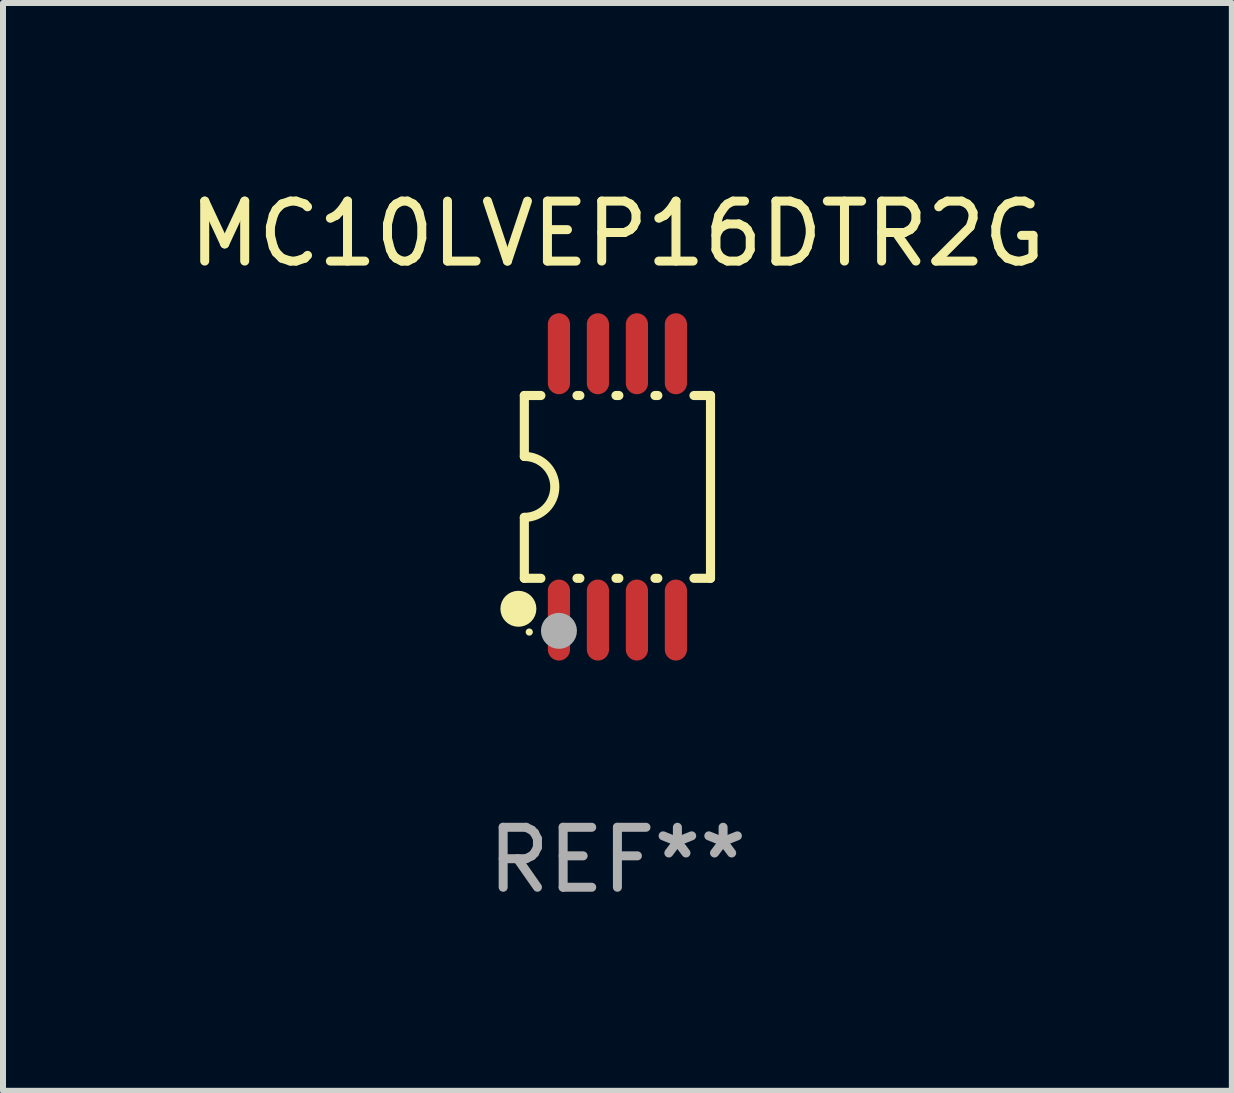
<source format=kicad_pcb>
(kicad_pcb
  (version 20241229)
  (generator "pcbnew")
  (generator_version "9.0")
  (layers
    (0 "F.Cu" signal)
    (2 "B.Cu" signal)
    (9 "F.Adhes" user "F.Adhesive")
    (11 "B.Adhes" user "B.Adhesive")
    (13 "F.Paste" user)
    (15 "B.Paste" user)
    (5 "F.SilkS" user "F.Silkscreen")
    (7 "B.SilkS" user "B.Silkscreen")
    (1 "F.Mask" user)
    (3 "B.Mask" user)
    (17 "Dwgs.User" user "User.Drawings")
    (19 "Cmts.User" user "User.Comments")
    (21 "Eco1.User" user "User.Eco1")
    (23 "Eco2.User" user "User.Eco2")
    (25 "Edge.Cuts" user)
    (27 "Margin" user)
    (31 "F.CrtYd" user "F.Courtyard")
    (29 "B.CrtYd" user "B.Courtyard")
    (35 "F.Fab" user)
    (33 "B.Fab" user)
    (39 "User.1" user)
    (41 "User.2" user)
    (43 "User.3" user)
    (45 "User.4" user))
  (footprint "MC10LVEP16DTR2G"
    (layer "F.Cu")
    (at 7.244 5.068)
    (property "Reference" "MC10LVEP16DTR2G" (at 0 -4.22 0) (layer "F.SilkS") (effects (font (size 1 1) (thickness 0.15))))
    (attr through_hole)
    (fp_line (start -1.552 -1.524) (end -1.276 -1.524) (stroke (width 0.152) (type solid)) (layer "F.SilkS"))
    (fp_line (start -1.552 -0.508) (end -1.552 -1.524) (stroke (width 0.152) (type solid)) (layer "F.SilkS"))
    (fp_line (start -1.552 1.524) (end -1.552 0.508) (stroke (width 0.152) (type solid)) (layer "F.SilkS"))
    (fp_line (start -1.552 1.524) (end -1.276 1.524) (stroke (width 0.152) (type solid)) (layer "F.SilkS"))
    (fp_line (start -0.674 -1.524) (end -0.626 -1.524) (stroke (width 0.152) (type solid)) (layer "F.SilkS"))
    (fp_line (start -0.674 1.524) (end -0.626 1.524) (stroke (width 0.152) (type solid)) (layer "F.SilkS"))
    (fp_line (start -0.024 -1.524) (end 0.024 -1.524) (stroke (width 0.152) (type solid)) (layer "F.SilkS"))
    (fp_line (start -0.024 1.524) (end 0.024 1.524) (stroke (width 0.152) (type solid)) (layer "F.SilkS"))
    (fp_line (start 0.626 -1.524) (end 0.674 -1.524) (stroke (width 0.152) (type solid)) (layer "F.SilkS"))
    (fp_line (start 0.626 1.524) (end 0.674 1.524) (stroke (width 0.152) (type solid)) (layer "F.SilkS"))
    (fp_line (start 1.276 1.524) (end 1.552 1.524) (stroke (width 0.152) (type solid)) (layer "F.SilkS"))
    (fp_line (start 1.276 -1.524) (end 1.552 -1.524) (stroke (width 0.152) (type solid)) (layer "F.SilkS"))
    (fp_line (start 1.552 -1.524) (end 1.552 1.524) (stroke (width 0.152) (type solid)) (layer "F.SilkS"))
    (fp_arc (start -1.551943 -0.508001) (mid -1.043942 0) (end -1.551943 0.508001) (stroke (width 0.151994) (type solid)) (layer "F.SilkS"))
    (fp_circle (center -1.651 2.032) (end -1.501 2.032) (stroke (width 0.3) (type solid)) (fill no) (layer "F.SilkS"))
    (fp_circle (center -1.47 2.42) (end -1.44 2.42) (stroke (width 0.06) (type solid)) (fill no) (layer "F.SilkS"))
    (fp_circle (center -0.975 2.4) (end -0.825 2.4) (stroke (width 0.3) (type solid)) (fill no) (layer "F.Fab"))
    (fp_text user "REF**" (at 0 6.22 0) (layer "F.Fab") (effects (font (size 1 1) (thickness 0.15))))
    (pad "1" smd oval (at -0.975 2.22) (size 0.37 1.35) (layers "F.Cu" "F.Mask" "F.Paste"))
    (pad "2" smd oval (at -0.325 2.22) (size 0.37 1.35) (layers "F.Cu" "F.Mask" "F.Paste"))
    (pad "3" smd oval (at 0.325 2.22) (size 0.37 1.35) (layers "F.Cu" "F.Mask" "F.Paste"))
    (pad "4" smd oval (at 0.975 2.22) (size 0.37 1.35) (layers "F.Cu" "F.Mask" "F.Paste"))
    (pad "5" smd oval (at 0.975 -2.22) (size 0.37 1.35) (layers "F.Cu" "F.Mask" "F.Paste"))
    (pad "6" smd oval (at 0.325 -2.22) (size 0.37 1.35) (layers "F.Cu" "F.Mask" "F.Paste"))
    (pad "7" smd oval (at -0.325 -2.22) (size 0.37 1.35) (layers "F.Cu" "F.Mask" "F.Paste"))
    (pad "8" smd oval (at -0.975 -2.22) (size 0.37 1.35) (layers "F.Cu" "F.Mask" "F.Paste")))
  (gr_rect
    (start -3 -3)
    (end 17.488 15.137)
    (stroke (width 0.1) (type default))
    (fill no)
    (layer "Edge.Cuts")))
</source>
